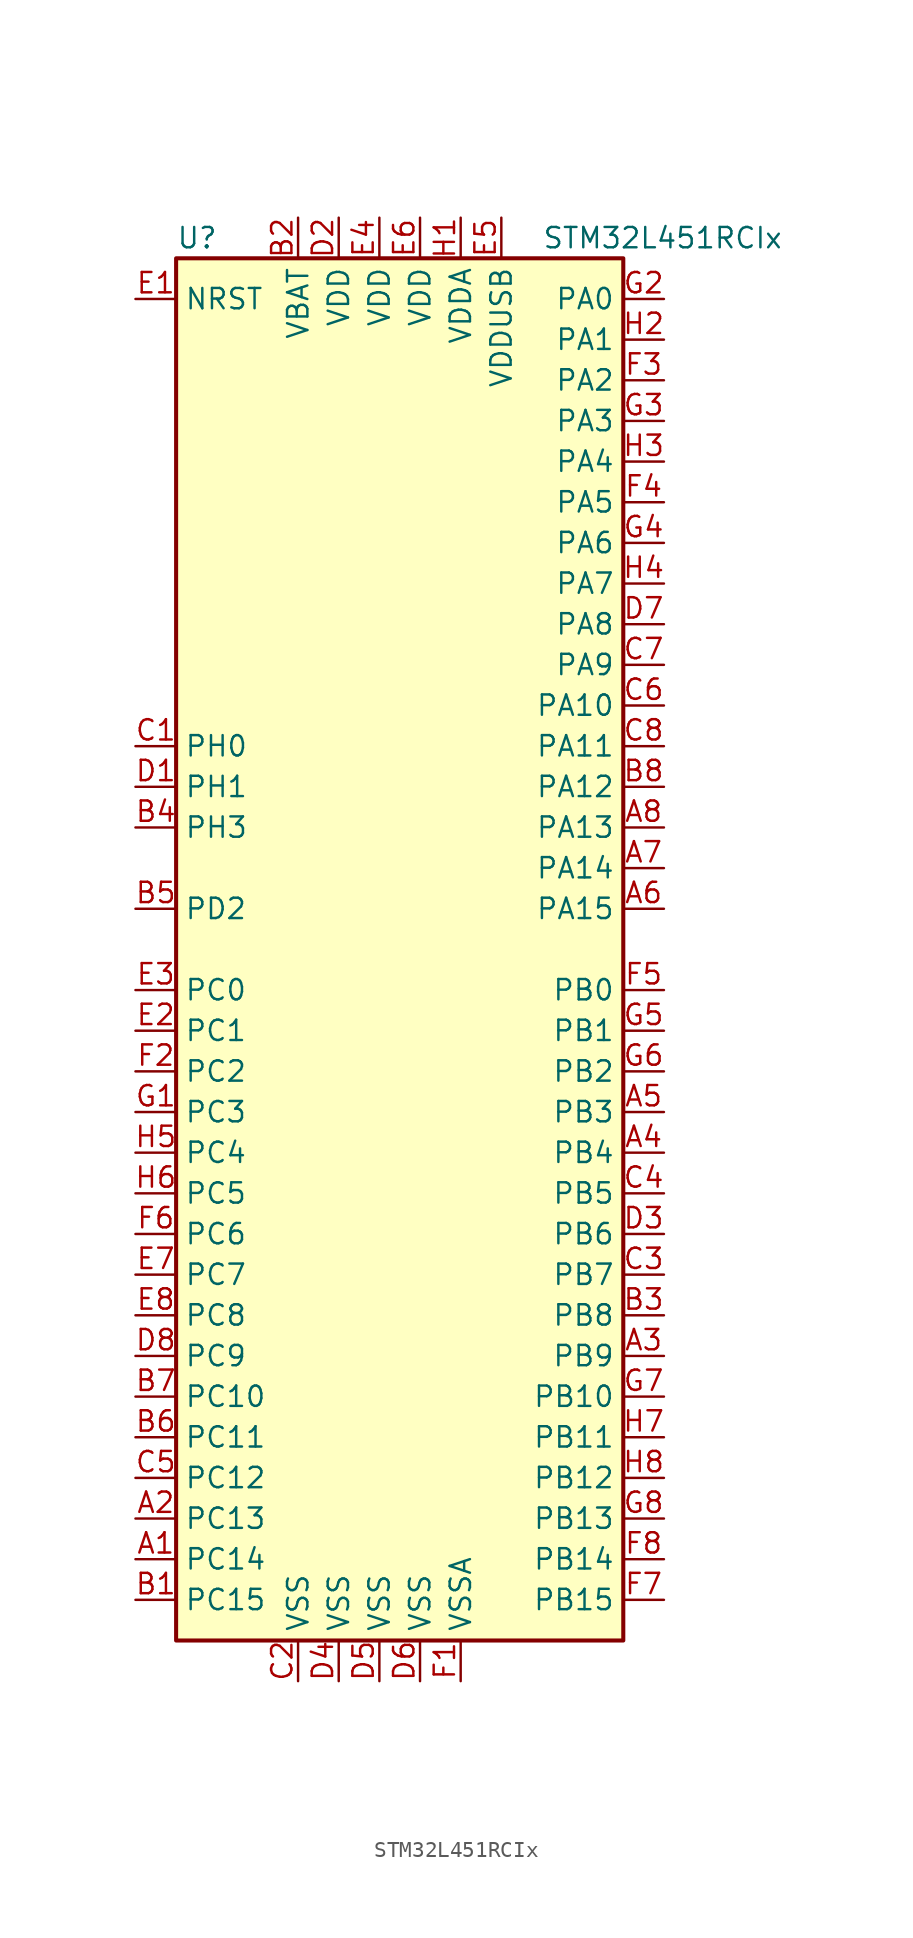
<source format=kicad_sym>
(kicad_symbol_lib
  (version 20201005)
  (generator kicad_symbol_editor)
  (symbol "STM32L451RCIx"
    (property "Reference" "U"
      (at -15.24 44.45 0)
      (effects (font (size 1.27 1.27)) (justify left)))
    (property "Value" "STM32L451RCIx"
      (at 7.62 44.45 0)
      (effects (font (size 1.27 1.27)) (justify left)))
    (symbol "STM32L451RCIx_0_1"
      (rectangle (start -15.24 -43.18) (end 12.7 43.18) (stroke (width 0.254)) (fill (type background))))
    (symbol "STM32L451RCIx_1_1"
      (pin input line (at -17.78 40.64 0) (length 2.54) (name "NRST" (effects (font (size 1.27 1.27)))) (number "E1" (effects (font (size 1.27 1.27)))))
      (pin bidirectional line (at 15.24 40.64 180) (length 2.54) (name "PA0" (effects (font (size 1.27 1.27)))) (number "G2" (effects (font (size 1.27 1.27)))))
      (pin bidirectional line (at 15.24 38.1 180) (length 2.54) (name "PA1" (effects (font (size 1.27 1.27)))) (number "H2" (effects (font (size 1.27 1.27)))))
      (pin bidirectional line (at 15.24 15.24 180) (length 2.54) (name "PA10" (effects (font (size 1.27 1.27)))) (number "C6" (effects (font (size 1.27 1.27)))))
      (pin bidirectional line (at 15.24 12.7 180) (length 2.54) (name "PA11" (effects (font (size 1.27 1.27)))) (number "C8" (effects (font (size 1.27 1.27)))))
      (pin bidirectional line (at 15.24 10.16 180) (length 2.54) (name "PA12" (effects (font (size 1.27 1.27)))) (number "B8" (effects (font (size 1.27 1.27)))))
      (pin bidirectional line (at 15.24 7.62 180) (length 2.54) (name "PA13" (effects (font (size 1.27 1.27)))) (number "A8" (effects (font (size 1.27 1.27)))))
      (pin bidirectional line (at 15.24 5.08 180) (length 2.54) (name "PA14" (effects (font (size 1.27 1.27)))) (number "A7" (effects (font (size 1.27 1.27)))))
      (pin bidirectional line (at 15.24 2.54 180) (length 2.54) (name "PA15" (effects (font (size 1.27 1.27)))) (number "A6" (effects (font (size 1.27 1.27)))))
      (pin bidirectional line (at 15.24 35.56 180) (length 2.54) (name "PA2" (effects (font (size 1.27 1.27)))) (number "F3" (effects (font (size 1.27 1.27)))))
      (pin bidirectional line (at 15.24 33.02 180) (length 2.54) (name "PA3" (effects (font (size 1.27 1.27)))) (number "G3" (effects (font (size 1.27 1.27)))))
      (pin bidirectional line (at 15.24 30.48 180) (length 2.54) (name "PA4" (effects (font (size 1.27 1.27)))) (number "H3" (effects (font (size 1.27 1.27)))))
      (pin bidirectional line (at 15.24 27.94 180) (length 2.54) (name "PA5" (effects (font (size 1.27 1.27)))) (number "F4" (effects (font (size 1.27 1.27)))))
      (pin bidirectional line (at 15.24 25.4 180) (length 2.54) (name "PA6" (effects (font (size 1.27 1.27)))) (number "G4" (effects (font (size 1.27 1.27)))))
      (pin bidirectional line (at 15.24 22.86 180) (length 2.54) (name "PA7" (effects (font (size 1.27 1.27)))) (number "H4" (effects (font (size 1.27 1.27)))))
      (pin bidirectional line (at 15.24 20.32 180) (length 2.54) (name "PA8" (effects (font (size 1.27 1.27)))) (number "D7" (effects (font (size 1.27 1.27)))))
      (pin bidirectional line (at 15.24 17.78 180) (length 2.54) (name "PA9" (effects (font (size 1.27 1.27)))) (number "C7" (effects (font (size 1.27 1.27)))))
      (pin bidirectional line (at 15.24 -2.54 180) (length 2.54) (name "PB0" (effects (font (size 1.27 1.27)))) (number "F5" (effects (font (size 1.27 1.27)))))
      (pin bidirectional line (at 15.24 -5.08 180) (length 2.54) (name "PB1" (effects (font (size 1.27 1.27)))) (number "G5" (effects (font (size 1.27 1.27)))))
      (pin bidirectional line (at 15.24 -27.94 180) (length 2.54) (name "PB10" (effects (font (size 1.27 1.27)))) (number "G7" (effects (font (size 1.27 1.27)))))
      (pin bidirectional line (at 15.24 -30.48 180) (length 2.54) (name "PB11" (effects (font (size 1.27 1.27)))) (number "H7" (effects (font (size 1.27 1.27)))))
      (pin bidirectional line (at 15.24 -33.02 180) (length 2.54) (name "PB12" (effects (font (size 1.27 1.27)))) (number "H8" (effects (font (size 1.27 1.27)))))
      (pin bidirectional line (at 15.24 -35.56 180) (length 2.54) (name "PB13" (effects (font (size 1.27 1.27)))) (number "G8" (effects (font (size 1.27 1.27)))))
      (pin bidirectional line (at 15.24 -38.1 180) (length 2.54) (name "PB14" (effects (font (size 1.27 1.27)))) (number "F8" (effects (font (size 1.27 1.27)))))
      (pin bidirectional line (at 15.24 -40.64 180) (length 2.54) (name "PB15" (effects (font (size 1.27 1.27)))) (number "F7" (effects (font (size 1.27 1.27)))))
      (pin bidirectional line (at 15.24 -7.62 180) (length 2.54) (name "PB2" (effects (font (size 1.27 1.27)))) (number "G6" (effects (font (size 1.27 1.27)))))
      (pin bidirectional line (at 15.24 -10.16 180) (length 2.54) (name "PB3" (effects (font (size 1.27 1.27)))) (number "A5" (effects (font (size 1.27 1.27)))))
      (pin bidirectional line (at 15.24 -12.7 180) (length 2.54) (name "PB4" (effects (font (size 1.27 1.27)))) (number "A4" (effects (font (size 1.27 1.27)))))
      (pin bidirectional line (at 15.24 -15.24 180) (length 2.54) (name "PB5" (effects (font (size 1.27 1.27)))) (number "C4" (effects (font (size 1.27 1.27)))))
      (pin bidirectional line (at 15.24 -17.78 180) (length 2.54) (name "PB6" (effects (font (size 1.27 1.27)))) (number "D3" (effects (font (size 1.27 1.27)))))
      (pin bidirectional line (at 15.24 -20.32 180) (length 2.54) (name "PB7" (effects (font (size 1.27 1.27)))) (number "C3" (effects (font (size 1.27 1.27)))))
      (pin bidirectional line (at 15.24 -22.86 180) (length 2.54) (name "PB8" (effects (font (size 1.27 1.27)))) (number "B3" (effects (font (size 1.27 1.27)))))
      (pin bidirectional line (at 15.24 -25.4 180) (length 2.54) (name "PB9" (effects (font (size 1.27 1.27)))) (number "A3" (effects (font (size 1.27 1.27)))))
      (pin bidirectional line (at -17.78 -2.54 0) (length 2.54) (name "PC0" (effects (font (size 1.27 1.27)))) (number "E3" (effects (font (size 1.27 1.27)))))
      (pin bidirectional line (at -17.78 -5.08 0) (length 2.54) (name "PC1" (effects (font (size 1.27 1.27)))) (number "E2" (effects (font (size 1.27 1.27)))))
      (pin bidirectional line (at -17.78 -27.94 0) (length 2.54) (name "PC10" (effects (font (size 1.27 1.27)))) (number "B7" (effects (font (size 1.27 1.27)))))
      (pin bidirectional line (at -17.78 -30.48 0) (length 2.54) (name "PC11" (effects (font (size 1.27 1.27)))) (number "B6" (effects (font (size 1.27 1.27)))))
      (pin bidirectional line (at -17.78 -33.02 0) (length 2.54) (name "PC12" (effects (font (size 1.27 1.27)))) (number "C5" (effects (font (size 1.27 1.27)))))
      (pin bidirectional line (at -17.78 -35.56 0) (length 2.54) (name "PC13" (effects (font (size 1.27 1.27)))) (number "A2" (effects (font (size 1.27 1.27)))))
      (pin bidirectional line (at -17.78 -38.1 0) (length 2.54) (name "PC14" (effects (font (size 1.27 1.27)))) (number "A1" (effects (font (size 1.27 1.27)))))
      (pin bidirectional line (at -17.78 -40.64 0) (length 2.54) (name "PC15" (effects (font (size 1.27 1.27)))) (number "B1" (effects (font (size 1.27 1.27)))))
      (pin bidirectional line (at -17.78 -7.62 0) (length 2.54) (name "PC2" (effects (font (size 1.27 1.27)))) (number "F2" (effects (font (size 1.27 1.27)))))
      (pin bidirectional line (at -17.78 -10.16 0) (length 2.54) (name "PC3" (effects (font (size 1.27 1.27)))) (number "G1" (effects (font (size 1.27 1.27)))))
      (pin bidirectional line (at -17.78 -12.7 0) (length 2.54) (name "PC4" (effects (font (size 1.27 1.27)))) (number "H5" (effects (font (size 1.27 1.27)))))
      (pin bidirectional line (at -17.78 -15.24 0) (length 2.54) (name "PC5" (effects (font (size 1.27 1.27)))) (number "H6" (effects (font (size 1.27 1.27)))))
      (pin bidirectional line (at -17.78 -17.78 0) (length 2.54) (name "PC6" (effects (font (size 1.27 1.27)))) (number "F6" (effects (font (size 1.27 1.27)))))
      (pin bidirectional line (at -17.78 -20.32 0) (length 2.54) (name "PC7" (effects (font (size 1.27 1.27)))) (number "E7" (effects (font (size 1.27 1.27)))))
      (pin bidirectional line (at -17.78 -22.86 0) (length 2.54) (name "PC8" (effects (font (size 1.27 1.27)))) (number "E8" (effects (font (size 1.27 1.27)))))
      (pin bidirectional line (at -17.78 -25.4 0) (length 2.54) (name "PC9" (effects (font (size 1.27 1.27)))) (number "D8" (effects (font (size 1.27 1.27)))))
      (pin bidirectional line (at -17.78 2.54 0) (length 2.54) (name "PD2" (effects (font (size 1.27 1.27)))) (number "B5" (effects (font (size 1.27 1.27)))))
      (pin input line (at -17.78 12.7 0) (length 2.54) (name "PH0" (effects (font (size 1.27 1.27)))) (number "C1" (effects (font (size 1.27 1.27)))))
      (pin input line (at -17.78 10.16 0) (length 2.54) (name "PH1" (effects (font (size 1.27 1.27)))) (number "D1" (effects (font (size 1.27 1.27)))))
      (pin bidirectional line (at -17.78 7.62 0) (length 2.54) (name "PH3" (effects (font (size 1.27 1.27)))) (number "B4" (effects (font (size 1.27 1.27)))))
      (pin power_in line (at -7.62 45.72 270) (length 2.54) (name "VBAT" (effects (font (size 1.27 1.27)))) (number "B2" (effects (font (size 1.27 1.27)))))
      (pin power_in line (at -5.08 45.72 270) (length 2.54) (name "VDD" (effects (font (size 1.27 1.27)))) (number "D2" (effects (font (size 1.27 1.27)))))
      (pin power_in line (at -2.54 45.72 270) (length 2.54) (name "VDD" (effects (font (size 1.27 1.27)))) (number "E4" (effects (font (size 1.27 1.27)))))
      (pin power_in line (at 0 45.72 270) (length 2.54) (name "VDD" (effects (font (size 1.27 1.27)))) (number "E6" (effects (font (size 1.27 1.27)))))
      (pin power_in line (at 2.54 45.72 270) (length 2.54) (name "VDDA" (effects (font (size 1.27 1.27)))) (number "H1" (effects (font (size 1.27 1.27)))))
      (pin power_in line (at 5.08 45.72 270) (length 2.54) (name "VDDUSB" (effects (font (size 1.27 1.27)))) (number "E5" (effects (font (size 1.27 1.27)))))
      (pin power_in line (at -7.62 -45.72 90) (length 2.54) (name "VSS" (effects (font (size 1.27 1.27)))) (number "C2" (effects (font (size 1.27 1.27)))))
      (pin power_in line (at -5.08 -45.72 90) (length 2.54) (name "VSS" (effects (font (size 1.27 1.27)))) (number "D4" (effects (font (size 1.27 1.27)))))
      (pin power_in line (at -2.54 -45.72 90) (length 2.54) (name "VSS" (effects (font (size 1.27 1.27)))) (number "D5" (effects (font (size 1.27 1.27)))))
      (pin power_in line (at 0 -45.72 90) (length 2.54) (name "VSS" (effects (font (size 1.27 1.27)))) (number "D6" (effects (font (size 1.27 1.27)))))
      (pin power_in line (at 2.54 -45.72 90) (length 2.54) (name "VSSA" (effects (font (size 1.27 1.27)))) (number "F1" (effects (font (size 1.27 1.27))))))))
</source>
